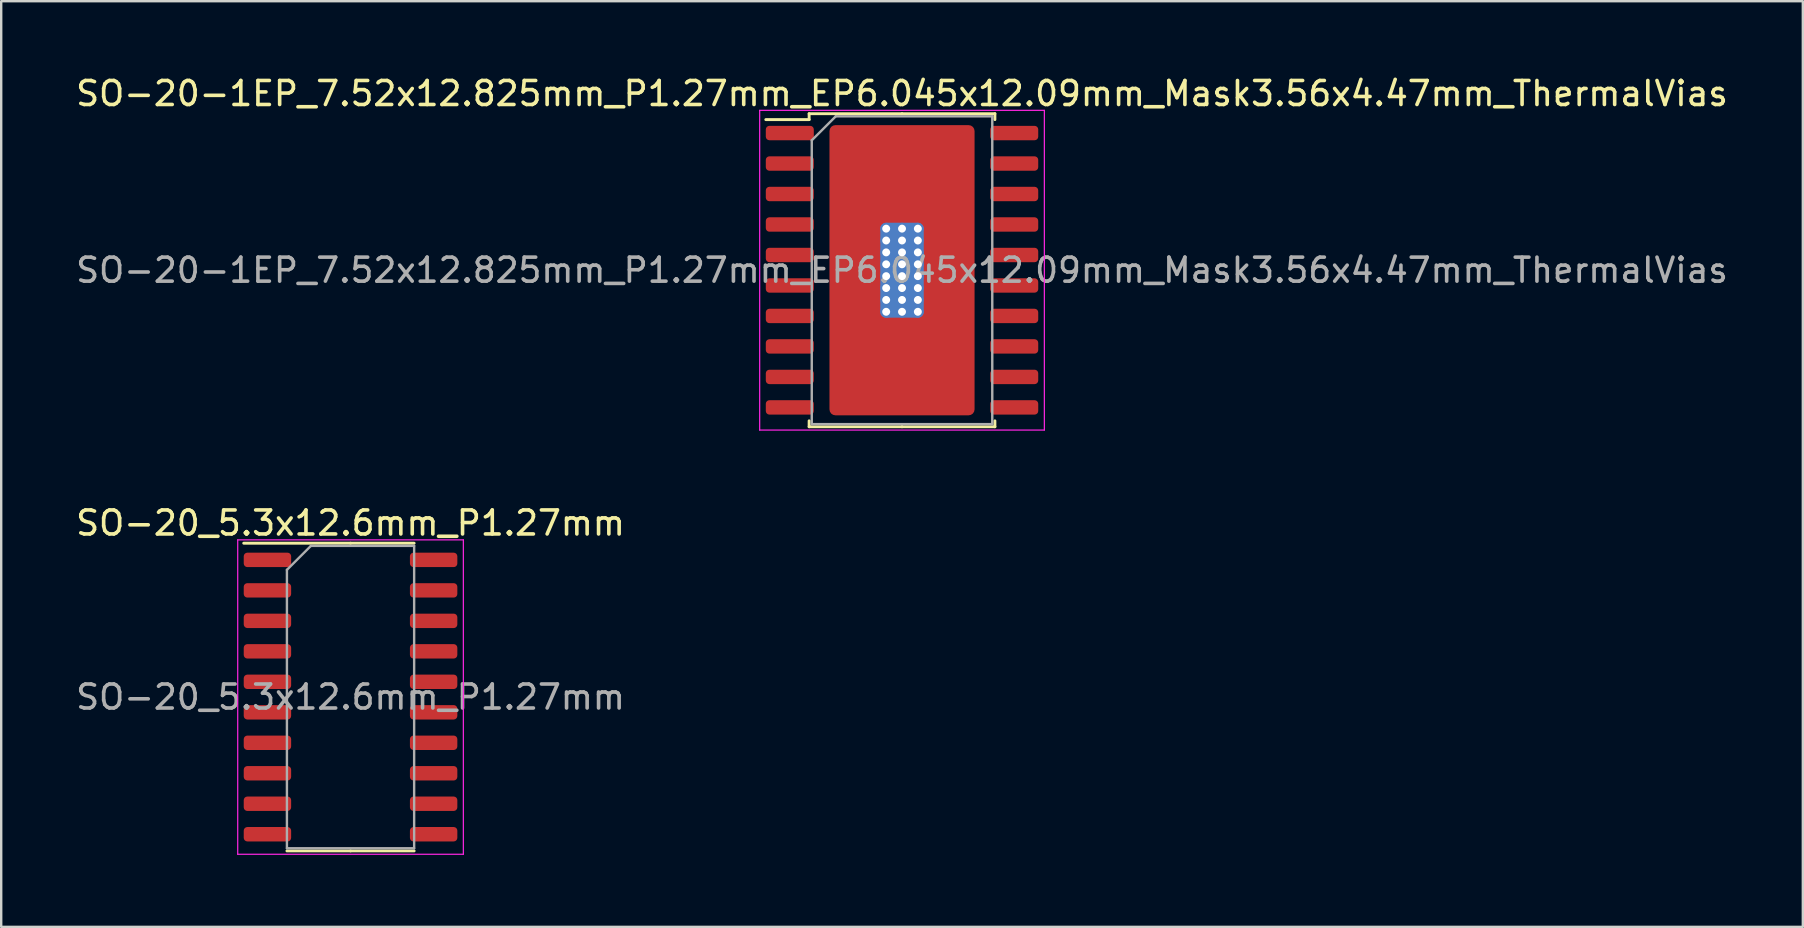
<source format=kicad_pcb>
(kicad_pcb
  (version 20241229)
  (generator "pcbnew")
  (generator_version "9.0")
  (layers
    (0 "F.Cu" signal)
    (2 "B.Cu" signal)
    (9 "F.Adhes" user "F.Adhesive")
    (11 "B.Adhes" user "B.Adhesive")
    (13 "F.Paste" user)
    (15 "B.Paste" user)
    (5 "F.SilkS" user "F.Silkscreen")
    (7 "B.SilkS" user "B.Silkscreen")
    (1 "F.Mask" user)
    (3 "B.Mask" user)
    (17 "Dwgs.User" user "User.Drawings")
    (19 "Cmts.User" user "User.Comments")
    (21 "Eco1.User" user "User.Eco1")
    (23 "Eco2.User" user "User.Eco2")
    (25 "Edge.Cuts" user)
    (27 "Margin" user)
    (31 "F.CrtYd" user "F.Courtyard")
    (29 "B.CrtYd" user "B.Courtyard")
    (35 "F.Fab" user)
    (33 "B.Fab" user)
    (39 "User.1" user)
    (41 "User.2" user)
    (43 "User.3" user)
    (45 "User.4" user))
  (footprint "SO-20_5.3x12.6mm_P1.27mm"
    (layer "F.Cu")
    (at 11.554 25.991)
    (property "Reference" "SO-20_5.3x12.6mm_P1.27mm" (at 0 -7.25 0) (layer "F.SilkS") (effects (font (size 1 1) (thickness 0.15))))
    (attr smd)
    (fp_line (start 0 -6.41) (end -4.45 -6.41) (stroke (width 0.12) (type solid)) (layer "F.SilkS"))
    (fp_line (start 0 -6.41) (end 2.65 -6.41) (stroke (width 0.12) (type solid)) (layer "F.SilkS"))
    (fp_line (start 0 6.41) (end -2.65 6.41) (stroke (width 0.12) (type solid)) (layer "F.SilkS"))
    (fp_line (start 0 6.41) (end 2.65 6.41) (stroke (width 0.12) (type solid)) (layer "F.SilkS"))
    (fp_line (start -4.7 -6.55) (end -4.7 6.55) (stroke (width 0.05) (type solid)) (layer "F.CrtYd"))
    (fp_line (start -4.7 6.55) (end 4.7 6.55) (stroke (width 0.05) (type solid)) (layer "F.CrtYd"))
    (fp_line (start 4.7 -6.55) (end -4.7 -6.55) (stroke (width 0.05) (type solid)) (layer "F.CrtYd"))
    (fp_line (start 4.7 6.55) (end 4.7 -6.55) (stroke (width 0.05) (type solid)) (layer "F.CrtYd"))
    (fp_line (start -2.65 -5.3) (end -1.65 -6.3) (stroke (width 0.1) (type solid)) (layer "F.Fab"))
    (fp_line (start -2.65 6.3) (end -2.65 -5.3) (stroke (width 0.1) (type solid)) (layer "F.Fab"))
    (fp_line (start -1.65 -6.3) (end 2.65 -6.3) (stroke (width 0.1) (type solid)) (layer "F.Fab"))
    (fp_line (start 2.65 -6.3) (end 2.65 6.3) (stroke (width 0.1) (type solid)) (layer "F.Fab"))
    (fp_line (start 2.65 6.3) (end -2.65 6.3) (stroke (width 0.1) (type solid)) (layer "F.Fab"))
    (fp_text user "${REFERENCE}" (at 0 0 0) (layer "F.Fab") (effects (font (size 1 1) (thickness 0.15))))
    (pad "1" smd roundrect (at -3.462 -5.715) (size 1.975 0.6) (layers "F.Cu" "F.Mask" "F.Paste") (roundrect_rratio 0.25))
    (pad "2" smd roundrect (at -3.462 -4.445) (size 1.975 0.6) (layers "F.Cu" "F.Mask" "F.Paste") (roundrect_rratio 0.25))
    (pad "3" smd roundrect (at -3.462 -3.175) (size 1.975 0.6) (layers "F.Cu" "F.Mask" "F.Paste") (roundrect_rratio 0.25))
    (pad "4" smd roundrect (at -3.462 -1.905) (size 1.975 0.6) (layers "F.Cu" "F.Mask" "F.Paste") (roundrect_rratio 0.25))
    (pad "5" smd roundrect (at -3.462 -0.635) (size 1.975 0.6) (layers "F.Cu" "F.Mask" "F.Paste") (roundrect_rratio 0.25))
    (pad "6" smd roundrect (at -3.462 0.635) (size 1.975 0.6) (layers "F.Cu" "F.Mask" "F.Paste") (roundrect_rratio 0.25))
    (pad "7" smd roundrect (at -3.462 1.905) (size 1.975 0.6) (layers "F.Cu" "F.Mask" "F.Paste") (roundrect_rratio 0.25))
    (pad "8" smd roundrect (at -3.462 3.175) (size 1.975 0.6) (layers "F.Cu" "F.Mask" "F.Paste") (roundrect_rratio 0.25))
    (pad "9" smd roundrect (at -3.462 4.445) (size 1.975 0.6) (layers "F.Cu" "F.Mask" "F.Paste") (roundrect_rratio 0.25))
    (pad "10" smd roundrect (at -3.462 5.715) (size 1.975 0.6) (layers "F.Cu" "F.Mask" "F.Paste") (roundrect_rratio 0.25))
    (pad "11" smd roundrect (at 3.462 5.715) (size 1.975 0.6) (layers "F.Cu" "F.Mask" "F.Paste") (roundrect_rratio 0.25))
    (pad "12" smd roundrect (at 3.462 4.445) (size 1.975 0.6) (layers "F.Cu" "F.Mask" "F.Paste") (roundrect_rratio 0.25))
    (pad "13" smd roundrect (at 3.462 3.175) (size 1.975 0.6) (layers "F.Cu" "F.Mask" "F.Paste") (roundrect_rratio 0.25))
    (pad "14" smd roundrect (at 3.462 1.905) (size 1.975 0.6) (layers "F.Cu" "F.Mask" "F.Paste") (roundrect_rratio 0.25))
    (pad "15" smd roundrect (at 3.462 0.635) (size 1.975 0.6) (layers "F.Cu" "F.Mask" "F.Paste") (roundrect_rratio 0.25))
    (pad "16" smd roundrect (at 3.462 -0.635) (size 1.975 0.6) (layers "F.Cu" "F.Mask" "F.Paste") (roundrect_rratio 0.25))
    (pad "17" smd roundrect (at 3.462 -1.905) (size 1.975 0.6) (layers "F.Cu" "F.Mask" "F.Paste") (roundrect_rratio 0.25))
    (pad "18" smd roundrect (at 3.462 -3.175) (size 1.975 0.6) (layers "F.Cu" "F.Mask" "F.Paste") (roundrect_rratio 0.25))
    (pad "19" smd roundrect (at 3.462 -4.445) (size 1.975 0.6) (layers "F.Cu" "F.Mask" "F.Paste") (roundrect_rratio 0.25))
    (pad "20" smd roundrect (at 3.462 -5.715) (size 1.975 0.6) (layers "F.Cu" "F.Mask" "F.Paste") (roundrect_rratio 0.25)))
  (footprint "SO-20-1EP_7.52x12.825mm_P1.27mm_EP6.045x12.09mm_Mask3.56x4.47mm_ThermalVias"
    (layer "F.Cu")
    (at 34.53 8.208)
    (property "Reference" "SO-20-1EP_7.52x12.825mm_P1.27mm_EP6.045x12.09mm_Mask3.56x4.47mm_ThermalVias" (at 0 -7.36 0) (layer "F.SilkS") (effects (font (size 1 1) (thickness 0.15))))
    (attr smd)
    (fp_line (start -3.87 -6.522) (end -3.87 -6.275) (stroke (width 0.12) (type solid)) (layer "F.SilkS"))
    (fp_line (start -3.87 -6.275) (end -5.675 -6.275) (stroke (width 0.12) (type solid)) (layer "F.SilkS"))
    (fp_line (start -3.87 6.522) (end -3.87 6.275) (stroke (width 0.12) (type solid)) (layer "F.SilkS"))
    (fp_line (start 0 -6.522) (end -3.87 -6.522) (stroke (width 0.12) (type solid)) (layer "F.SilkS"))
    (fp_line (start 0 -6.522) (end 3.87 -6.522) (stroke (width 0.12) (type solid)) (layer "F.SilkS"))
    (fp_line (start 0 6.522) (end -3.87 6.522) (stroke (width 0.12) (type solid)) (layer "F.SilkS"))
    (fp_line (start 0 6.522) (end 3.87 6.522) (stroke (width 0.12) (type solid)) (layer "F.SilkS"))
    (fp_line (start 3.87 -6.522) (end 3.87 -6.275) (stroke (width 0.12) (type solid)) (layer "F.SilkS"))
    (fp_line (start 3.87 6.522) (end 3.87 6.275) (stroke (width 0.12) (type solid)) (layer "F.SilkS"))
    (fp_line (start -5.93 -6.66) (end -5.93 6.66) (stroke (width 0.05) (type solid)) (layer "F.CrtYd"))
    (fp_line (start -5.93 6.66) (end 5.93 6.66) (stroke (width 0.05) (type solid)) (layer "F.CrtYd"))
    (fp_line (start 5.93 -6.66) (end -5.93 -6.66) (stroke (width 0.05) (type solid)) (layer "F.CrtYd"))
    (fp_line (start 5.93 6.66) (end 5.93 -6.66) (stroke (width 0.05) (type solid)) (layer "F.CrtYd"))
    (fp_line (start -3.76 -5.412) (end -2.76 -6.412) (stroke (width 0.1) (type solid)) (layer "F.Fab"))
    (fp_line (start -3.76 6.412) (end -3.76 -5.412) (stroke (width 0.1) (type solid)) (layer "F.Fab"))
    (fp_line (start -2.76 -6.412) (end 3.76 -6.412) (stroke (width 0.1) (type solid)) (layer "F.Fab"))
    (fp_line (start 3.76 -6.412) (end 3.76 6.412) (stroke (width 0.1) (type solid)) (layer "F.Fab"))
    (fp_line (start 3.76 6.412) (end -3.76 6.412) (stroke (width 0.1) (type solid)) (layer "F.Fab"))
    (fp_text user "${REFERENCE}" (at 0 0 0) (layer "F.Fab") (effects (font (size 1 1) (thickness 0.15))))
    (pad "" smd roundrect (at -0.89 -1.115) (size 1.54 1.94) (layers "F.Paste") (roundrect_rratio 0.162))
    (pad "" smd roundrect (at -0.89 1.115) (size 1.54 1.94) (layers "F.Paste") (roundrect_rratio 0.162))
    (pad "" smd roundrect (at 0 0) (size 3.56 4.47) (layers "F.Mask") (roundrect_rratio 0.069))
    (pad "" smd roundrect (at 0.89 -1.115) (size 1.54 1.94) (layers "F.Paste") (roundrect_rratio 0.162))
    (pad "" smd roundrect (at 0.89 1.115) (size 1.54 1.94) (layers "F.Paste") (roundrect_rratio 0.162))
    (pad "1" smd roundrect (at -4.675 -5.715) (size 2 0.6) (layers "F.Cu" "F.Mask" "F.Paste") (roundrect_rratio 0.25))
    (pad "2" smd roundrect (at -4.675 -4.445) (size 2 0.6) (layers "F.Cu" "F.Mask" "F.Paste") (roundrect_rratio 0.25))
    (pad "3" smd roundrect (at -4.675 -3.175) (size 2 0.6) (layers "F.Cu" "F.Mask" "F.Paste") (roundrect_rratio 0.25))
    (pad "4" smd roundrect (at -4.675 -1.905) (size 2 0.6) (layers "F.Cu" "F.Mask" "F.Paste") (roundrect_rratio 0.25))
    (pad "5" smd roundrect (at -4.675 -0.635) (size 2 0.6) (layers "F.Cu" "F.Mask" "F.Paste") (roundrect_rratio 0.25))
    (pad "6" smd roundrect (at -4.675 0.635) (size 2 0.6) (layers "F.Cu" "F.Mask" "F.Paste") (roundrect_rratio 0.25))
    (pad "7" smd roundrect (at -4.675 1.905) (size 2 0.6) (layers "F.Cu" "F.Mask" "F.Paste") (roundrect_rratio 0.25))
    (pad "8" smd roundrect (at -4.675 3.175) (size 2 0.6) (layers "F.Cu" "F.Mask" "F.Paste") (roundrect_rratio 0.25))
    (pad "9" smd roundrect (at -4.675 4.445) (size 2 0.6) (layers "F.Cu" "F.Mask" "F.Paste") (roundrect_rratio 0.25))
    (pad "10" smd roundrect (at -4.675 5.715) (size 2 0.6) (layers "F.Cu" "F.Mask" "F.Paste") (roundrect_rratio 0.25))
    (pad "11" smd roundrect (at 4.675 5.715) (size 2 0.6) (layers "F.Cu" "F.Mask" "F.Paste") (roundrect_rratio 0.25))
    (pad "12" smd roundrect (at 4.675 4.445) (size 2 0.6) (layers "F.Cu" "F.Mask" "F.Paste") (roundrect_rratio 0.25))
    (pad "13" smd roundrect (at 4.675 3.175) (size 2 0.6) (layers "F.Cu" "F.Mask" "F.Paste") (roundrect_rratio 0.25))
    (pad "14" smd roundrect (at 4.675 1.905) (size 2 0.6) (layers "F.Cu" "F.Mask" "F.Paste") (roundrect_rratio 0.25))
    (pad "15" smd roundrect (at 4.675 0.635) (size 2 0.6) (layers "F.Cu" "F.Mask" "F.Paste") (roundrect_rratio 0.25))
    (pad "16" smd roundrect (at 4.675 -0.635) (size 2 0.6) (layers "F.Cu" "F.Mask" "F.Paste") (roundrect_rratio 0.25))
    (pad "17" smd roundrect (at 4.675 -1.905) (size 2 0.6) (layers "F.Cu" "F.Mask" "F.Paste") (roundrect_rratio 0.25))
    (pad "18" smd roundrect (at 4.675 -3.175) (size 2 0.6) (layers "F.Cu" "F.Mask" "F.Paste") (roundrect_rratio 0.25))
    (pad "19" smd roundrect (at 4.675 -4.445) (size 2 0.6) (layers "F.Cu" "F.Mask" "F.Paste") (roundrect_rratio 0.25))
    (pad "20" smd roundrect (at 4.675 -5.715) (size 2 0.6) (layers "F.Cu" "F.Mask" "F.Paste") (roundrect_rratio 0.25))
    (pad "21" thru_hole circle (at -0.66 -1.732) (size 0.49 0.49) (drill 0.33) (layers "*.Cu"))
    (pad "21" thru_hole circle (at -0.66 -1.238) (size 0.49 0.49) (drill 0.33) (layers "*.Cu"))
    (pad "21" thru_hole circle (at -0.66 -0.743) (size 0.49 0.49) (drill 0.33) (layers "*.Cu"))
    (pad "21" thru_hole circle (at -0.66 -0.247) (size 0.49 0.49) (drill 0.33) (layers "*.Cu"))
    (pad "21" thru_hole circle (at -0.66 0.247) (size 0.49 0.49) (drill 0.33) (layers "*.Cu"))
    (pad "21" thru_hole circle (at -0.66 0.743) (size 0.49 0.49) (drill 0.33) (layers "*.Cu"))
    (pad "21" thru_hole circle (at -0.66 1.238) (size 0.49 0.49) (drill 0.33) (layers "*.Cu"))
    (pad "21" thru_hole circle (at -0.66 1.732) (size 0.49 0.49) (drill 0.33) (layers "*.Cu"))
    (pad "21" thru_hole circle (at 0 -1.732) (size 0.49 0.49) (drill 0.33) (layers "*.Cu"))
    (pad "21" thru_hole circle (at 0 -1.238) (size 0.49 0.49) (drill 0.33) (layers "*.Cu"))
    (pad "21" thru_hole circle (at 0 -0.743) (size 0.49 0.49) (drill 0.33) (layers "*.Cu"))
    (pad "21" thru_hole circle (at 0 -0.247) (size 0.49 0.49) (drill 0.33) (layers "*.Cu"))
    (pad "21" smd roundrect (at 0 0) (size 1.81 3.955) (layers "B.Cu") (roundrect_rratio 0.135))
    (pad "21" smd roundrect (at 0 0) (size 6.045 12.09) (layers "F.Cu") (roundrect_rratio 0.041))
    (pad "21" thru_hole circle (at 0 0.247) (size 0.49 0.49) (drill 0.33) (layers "*.Cu"))
    (pad "21" thru_hole circle (at 0 0.743) (size 0.49 0.49) (drill 0.33) (layers "*.Cu"))
    (pad "21" thru_hole circle (at 0 1.238) (size 0.49 0.49) (drill 0.33) (layers "*.Cu"))
    (pad "21" thru_hole circle (at 0 1.732) (size 0.49 0.49) (drill 0.33) (layers "*.Cu"))
    (pad "21" thru_hole circle (at 0.66 -1.732) (size 0.49 0.49) (drill 0.33) (layers "*.Cu"))
    (pad "21" thru_hole circle (at 0.66 -1.238) (size 0.49 0.49) (drill 0.33) (layers "*.Cu"))
    (pad "21" thru_hole circle (at 0.66 -0.743) (size 0.49 0.49) (drill 0.33) (layers "*.Cu"))
    (pad "21" thru_hole circle (at 0.66 -0.247) (size 0.49 0.49) (drill 0.33) (layers "*.Cu"))
    (pad "21" thru_hole circle (at 0.66 0.247) (size 0.49 0.49) (drill 0.33) (layers "*.Cu"))
    (pad "21" thru_hole circle (at 0.66 0.743) (size 0.49 0.49) (drill 0.33) (layers "*.Cu"))
    (pad "21" thru_hole circle (at 0.66 1.238) (size 0.49 0.49) (drill 0.33) (layers "*.Cu"))
    (pad "21" thru_hole circle (at 0.66 1.732) (size 0.49 0.49) (drill 0.33) (layers "*.Cu")))
  (gr_rect
    (start -3 -3)
    (end 72.06 35.566)
    (stroke (width 0.1) (type default))
    (fill no)
    (layer "Edge.Cuts")))
</source>
